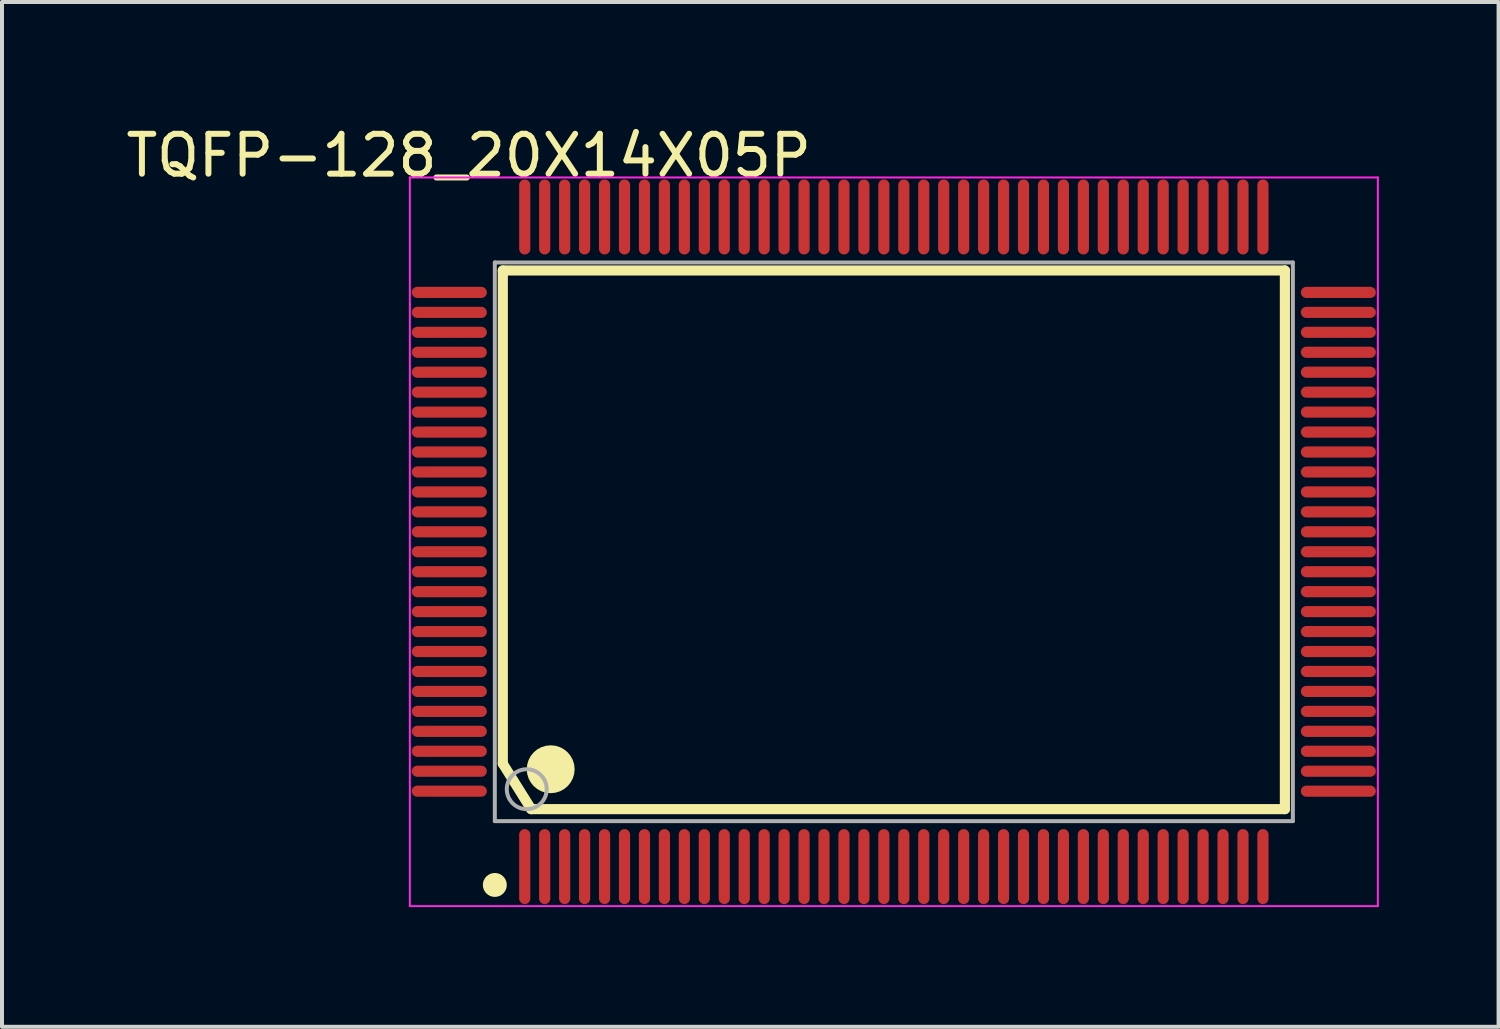
<source format=kicad_pcb>
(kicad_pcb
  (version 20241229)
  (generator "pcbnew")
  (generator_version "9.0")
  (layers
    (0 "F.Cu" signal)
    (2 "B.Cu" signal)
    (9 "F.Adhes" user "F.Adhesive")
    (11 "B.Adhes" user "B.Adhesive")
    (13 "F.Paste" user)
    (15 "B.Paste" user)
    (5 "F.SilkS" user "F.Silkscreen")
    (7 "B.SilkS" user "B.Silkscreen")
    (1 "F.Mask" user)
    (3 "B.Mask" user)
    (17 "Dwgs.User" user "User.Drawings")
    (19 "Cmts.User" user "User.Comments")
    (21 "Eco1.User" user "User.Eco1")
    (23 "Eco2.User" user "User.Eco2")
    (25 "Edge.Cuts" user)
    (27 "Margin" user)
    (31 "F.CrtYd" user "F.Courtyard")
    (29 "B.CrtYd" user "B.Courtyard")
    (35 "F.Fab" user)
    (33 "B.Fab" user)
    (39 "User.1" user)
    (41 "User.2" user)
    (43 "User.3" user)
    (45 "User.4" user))
  (footprint "TQFP-128_20X14X05P"
    (layer "F.Cu")
    (at 19.351 10.528)
    (property "Reference" "TQFP-128_20X14X05P" (at -10.654 -9.68 0) (layer "F.SilkS") (effects (font (size 1 1) (thickness 0.15))))
    (attr through_hole)
    (fp_line (start -9.8 -6.8) (end 9.8 -6.8) (stroke (width 0.254) (type solid)) (layer "F.SilkS"))
    (fp_line (start -9.8 5.56) (end -9.8 -6.8) (stroke (width 0.254) (type solid)) (layer "F.SilkS"))
    (fp_line (start -9.8 5.56) (end -9.088 6.7) (stroke (width 0.254) (type solid)) (layer "F.SilkS"))
    (fp_line (start -9.088 6.7) (end 9.8 6.7) (stroke (width 0.254) (type solid)) (layer "F.SilkS"))
    (fp_line (start 9.8 6.7) (end 9.8 -6.8) (stroke (width 0.254) (type solid)) (layer "F.SilkS"))
    (fp_circle (center -10 8.6) (end -9.85 8.6) (stroke (width 0.3) (type solid)) (fill no) (layer "F.SilkS"))
    (fp_circle (center -8.6 5.7) (end -8.3 5.7) (stroke (width 0.6) (type solid)) (fill no) (layer "F.SilkS"))
    (fp_line (start -12.13 -9.13) (end 12.13 -9.13) (stroke (width 0.05) (type solid)) (layer "F.CrtYd"))
    (fp_line (start -12.13 9.13) (end -12.13 -9.13) (stroke (width 0.05) (type solid)) (layer "F.CrtYd"))
    (fp_line (start 12.13 -9.13) (end 12.13 9.13) (stroke (width 0.05) (type solid)) (layer "F.CrtYd"))
    (fp_line (start 12.13 9.13) (end -12.13 9.13) (stroke (width 0.05) (type solid)) (layer "F.CrtYd"))
    (fp_line (start -10 -7) (end 10 -7) (stroke (width 0.1) (type solid)) (layer "F.Fab"))
    (fp_line (start -10 7) (end -10 -7) (stroke (width 0.1) (type solid)) (layer "F.Fab"))
    (fp_line (start -10 7) (end 10 7) (stroke (width 0.1) (type solid)) (layer "F.Fab"))
    (fp_line (start 10 7) (end 10 -7) (stroke (width 0.1) (type solid)) (layer "F.Fab"))
    (fp_circle (center -9.2 6.2) (end -8.7 6.2) (stroke (width 0.1) (type solid)) (fill no) (layer "F.Fab"))
    (pad "1" smd oval (at -9.25 8.14 180) (size 0.28 1.88) (layers "F.Cu" "F.Mask" "F.Paste"))
    (pad "2" smd oval (at -8.75 8.14 180) (size 0.28 1.88) (layers "F.Cu" "F.Mask" "F.Paste"))
    (pad "3" smd oval (at -8.25 8.14 180) (size 0.28 1.88) (layers "F.Cu" "F.Mask" "F.Paste"))
    (pad "4" smd oval (at -7.75 8.14 180) (size 0.28 1.88) (layers "F.Cu" "F.Mask" "F.Paste"))
    (pad "5" smd oval (at -7.25 8.14 180) (size 0.28 1.88) (layers "F.Cu" "F.Mask" "F.Paste"))
    (pad "6" smd oval (at -6.75 8.14 180) (size 0.28 1.88) (layers "F.Cu" "F.Mask" "F.Paste"))
    (pad "7" smd oval (at -6.25 8.14 180) (size 0.28 1.88) (layers "F.Cu" "F.Mask" "F.Paste"))
    (pad "8" smd oval (at -5.75 8.14 180) (size 0.28 1.88) (layers "F.Cu" "F.Mask" "F.Paste"))
    (pad "9" smd oval (at -5.25 8.14 180) (size 0.28 1.88) (layers "F.Cu" "F.Mask" "F.Paste"))
    (pad "10" smd oval (at -4.75 8.14 180) (size 0.28 1.88) (layers "F.Cu" "F.Mask" "F.Paste"))
    (pad "11" smd oval (at -4.25 8.14 180) (size 0.28 1.88) (layers "F.Cu" "F.Mask" "F.Paste"))
    (pad "12" smd oval (at -3.75 8.14 180) (size 0.28 1.88) (layers "F.Cu" "F.Mask" "F.Paste"))
    (pad "13" smd oval (at -3.25 8.14 180) (size 0.28 1.88) (layers "F.Cu" "F.Mask" "F.Paste"))
    (pad "14" smd oval (at -2.75 8.14 180) (size 0.28 1.88) (layers "F.Cu" "F.Mask" "F.Paste"))
    (pad "15" smd oval (at -2.25 8.14 180) (size 0.28 1.88) (layers "F.Cu" "F.Mask" "F.Paste"))
    (pad "16" smd oval (at -1.75 8.14 180) (size 0.28 1.88) (layers "F.Cu" "F.Mask" "F.Paste"))
    (pad "17" smd oval (at -1.25 8.14 180) (size 0.28 1.88) (layers "F.Cu" "F.Mask" "F.Paste"))
    (pad "18" smd oval (at -0.75 8.14 180) (size 0.28 1.88) (layers "F.Cu" "F.Mask" "F.Paste"))
    (pad "19" smd oval (at -0.25 8.14 180) (size 0.28 1.88) (layers "F.Cu" "F.Mask" "F.Paste"))
    (pad "20" smd oval (at 0.25 8.14 180) (size 0.28 1.88) (layers "F.Cu" "F.Mask" "F.Paste"))
    (pad "21" smd oval (at 0.75 8.14 180) (size 0.28 1.88) (layers "F.Cu" "F.Mask" "F.Paste"))
    (pad "22" smd oval (at 1.25 8.14 180) (size 0.28 1.88) (layers "F.Cu" "F.Mask" "F.Paste"))
    (pad "23" smd oval (at 1.75 8.14 180) (size 0.28 1.88) (layers "F.Cu" "F.Mask" "F.Paste"))
    (pad "24" smd oval (at 2.25 8.14 180) (size 0.28 1.88) (layers "F.Cu" "F.Mask" "F.Paste"))
    (pad "25" smd oval (at 2.75 8.14 180) (size 0.28 1.88) (layers "F.Cu" "F.Mask" "F.Paste"))
    (pad "26" smd oval (at 3.25 8.14 180) (size 0.28 1.88) (layers "F.Cu" "F.Mask" "F.Paste"))
    (pad "27" smd oval (at 3.75 8.14 180) (size 0.28 1.88) (layers "F.Cu" "F.Mask" "F.Paste"))
    (pad "28" smd oval (at 4.25 8.14 180) (size 0.28 1.88) (layers "F.Cu" "F.Mask" "F.Paste"))
    (pad "29" smd oval (at 4.75 8.14 180) (size 0.28 1.88) (layers "F.Cu" "F.Mask" "F.Paste"))
    (pad "30" smd oval (at 5.25 8.14 180) (size 0.28 1.88) (layers "F.Cu" "F.Mask" "F.Paste"))
    (pad "31" smd oval (at 5.75 8.14 180) (size 0.28 1.88) (layers "F.Cu" "F.Mask" "F.Paste"))
    (pad "32" smd oval (at 6.25 8.14 180) (size 0.28 1.88) (layers "F.Cu" "F.Mask" "F.Paste"))
    (pad "33" smd oval (at 6.75 8.14 180) (size 0.28 1.88) (layers "F.Cu" "F.Mask" "F.Paste"))
    (pad "34" smd oval (at 7.25 8.14 180) (size 0.28 1.88) (layers "F.Cu" "F.Mask" "F.Paste"))
    (pad "35" smd oval (at 7.75 8.14 180) (size 0.28 1.88) (layers "F.Cu" "F.Mask" "F.Paste"))
    (pad "36" smd oval (at 8.25 8.14 180) (size 0.28 1.88) (layers "F.Cu" "F.Mask" "F.Paste"))
    (pad "37" smd oval (at 8.75 8.14 180) (size 0.28 1.88) (layers "F.Cu" "F.Mask" "F.Paste"))
    (pad "38" smd oval (at 9.25 8.14 180) (size 0.28 1.88) (layers "F.Cu" "F.Mask" "F.Paste"))
    (pad "39" smd oval (at 11.14 6.25 270) (size 0.28 1.88) (layers "F.Cu" "F.Mask" "F.Paste"))
    (pad "40" smd oval (at 11.14 5.75 270) (size 0.28 1.88) (layers "F.Cu" "F.Mask" "F.Paste"))
    (pad "41" smd oval (at 11.14 5.25 270) (size 0.28 1.88) (layers "F.Cu" "F.Mask" "F.Paste"))
    (pad "42" smd oval (at 11.14 4.75 270) (size 0.28 1.88) (layers "F.Cu" "F.Mask" "F.Paste"))
    (pad "43" smd oval (at 11.14 4.25 270) (size 0.28 1.88) (layers "F.Cu" "F.Mask" "F.Paste"))
    (pad "44" smd oval (at 11.14 3.75 270) (size 0.28 1.88) (layers "F.Cu" "F.Mask" "F.Paste"))
    (pad "45" smd oval (at 11.14 3.25 270) (size 0.28 1.88) (layers "F.Cu" "F.Mask" "F.Paste"))
    (pad "46" smd oval (at 11.14 2.75 270) (size 0.28 1.88) (layers "F.Cu" "F.Mask" "F.Paste"))
    (pad "47" smd oval (at 11.14 2.25 270) (size 0.28 1.88) (layers "F.Cu" "F.Mask" "F.Paste"))
    (pad "48" smd oval (at 11.14 1.75 270) (size 0.28 1.88) (layers "F.Cu" "F.Mask" "F.Paste"))
    (pad "49" smd oval (at 11.14 1.25 270) (size 0.28 1.88) (layers "F.Cu" "F.Mask" "F.Paste"))
    (pad "50" smd oval (at 11.14 0.75 270) (size 0.28 1.88) (layers "F.Cu" "F.Mask" "F.Paste"))
    (pad "51" smd oval (at 11.14 0.25 270) (size 0.28 1.88) (layers "F.Cu" "F.Mask" "F.Paste"))
    (pad "52" smd oval (at 11.14 -0.25 270) (size 0.28 1.88) (layers "F.Cu" "F.Mask" "F.Paste"))
    (pad "53" smd oval (at 11.14 -0.75 270) (size 0.28 1.88) (layers "F.Cu" "F.Mask" "F.Paste"))
    (pad "54" smd oval (at 11.14 -1.25 270) (size 0.28 1.88) (layers "F.Cu" "F.Mask" "F.Paste"))
    (pad "55" smd oval (at 11.14 -1.75 270) (size 0.28 1.88) (layers "F.Cu" "F.Mask" "F.Paste"))
    (pad "56" smd oval (at 11.14 -2.25 270) (size 0.28 1.88) (layers "F.Cu" "F.Mask" "F.Paste"))
    (pad "57" smd oval (at 11.14 -2.75 270) (size 0.28 1.88) (layers "F.Cu" "F.Mask" "F.Paste"))
    (pad "58" smd oval (at 11.14 -3.25 270) (size 0.28 1.88) (layers "F.Cu" "F.Mask" "F.Paste"))
    (pad "59" smd oval (at 11.14 -3.75 270) (size 0.28 1.88) (layers "F.Cu" "F.Mask" "F.Paste"))
    (pad "60" smd oval (at 11.14 -4.25 270) (size 0.28 1.88) (layers "F.Cu" "F.Mask" "F.Paste"))
    (pad "61" smd oval (at 11.14 -4.75 270) (size 0.28 1.88) (layers "F.Cu" "F.Mask" "F.Paste"))
    (pad "62" smd oval (at 11.14 -5.25 270) (size 0.28 1.88) (layers "F.Cu" "F.Mask" "F.Paste"))
    (pad "63" smd oval (at 11.14 -5.75 270) (size 0.28 1.88) (layers "F.Cu" "F.Mask" "F.Paste"))
    (pad "64" smd oval (at 11.14 -6.25 270) (size 0.28 1.88) (layers "F.Cu" "F.Mask" "F.Paste"))
    (pad "65" smd oval (at 9.25 -8.14) (size 0.28 1.88) (layers "F.Cu" "F.Mask" "F.Paste"))
    (pad "66" smd oval (at 8.75 -8.14) (size 0.28 1.88) (layers "F.Cu" "F.Mask" "F.Paste"))
    (pad "67" smd oval (at 8.25 -8.14) (size 0.28 1.88) (layers "F.Cu" "F.Mask" "F.Paste"))
    (pad "68" smd oval (at 7.75 -8.14) (size 0.28 1.88) (layers "F.Cu" "F.Mask" "F.Paste"))
    (pad "69" smd oval (at 7.25 -8.14) (size 0.28 1.88) (layers "F.Cu" "F.Mask" "F.Paste"))
    (pad "70" smd oval (at 6.75 -8.14) (size 0.28 1.88) (layers "F.Cu" "F.Mask" "F.Paste"))
    (pad "71" smd oval (at 6.25 -8.14) (size 0.28 1.88) (layers "F.Cu" "F.Mask" "F.Paste"))
    (pad "72" smd oval (at 5.75 -8.14) (size 0.28 1.88) (layers "F.Cu" "F.Mask" "F.Paste"))
    (pad "73" smd oval (at 5.25 -8.14) (size 0.28 1.88) (layers "F.Cu" "F.Mask" "F.Paste"))
    (pad "74" smd oval (at 4.75 -8.14) (size 0.28 1.88) (layers "F.Cu" "F.Mask" "F.Paste"))
    (pad "75" smd oval (at 4.25 -8.14) (size 0.28 1.88) (layers "F.Cu" "F.Mask" "F.Paste"))
    (pad "76" smd oval (at 3.75 -8.14) (size 0.28 1.88) (layers "F.Cu" "F.Mask" "F.Paste"))
    (pad "77" smd oval (at 3.25 -8.14) (size 0.28 1.88) (layers "F.Cu" "F.Mask" "F.Paste"))
    (pad "78" smd oval (at 2.75 -8.14) (size 0.28 1.88) (layers "F.Cu" "F.Mask" "F.Paste"))
    (pad "79" smd oval (at 2.25 -8.14) (size 0.28 1.88) (layers "F.Cu" "F.Mask" "F.Paste"))
    (pad "80" smd oval (at 1.75 -8.14) (size 0.28 1.88) (layers "F.Cu" "F.Mask" "F.Paste"))
    (pad "81" smd oval (at 1.25 -8.14) (size 0.28 1.88) (layers "F.Cu" "F.Mask" "F.Paste"))
    (pad "82" smd oval (at 0.75 -8.14) (size 0.28 1.88) (layers "F.Cu" "F.Mask" "F.Paste"))
    (pad "83" smd oval (at 0.25 -8.14) (size 0.28 1.88) (layers "F.Cu" "F.Mask" "F.Paste"))
    (pad "84" smd oval (at -0.25 -8.14) (size 0.28 1.88) (layers "F.Cu" "F.Mask" "F.Paste"))
    (pad "85" smd oval (at -0.75 -8.14) (size 0.28 1.88) (layers "F.Cu" "F.Mask" "F.Paste"))
    (pad "86" smd oval (at -1.25 -8.14) (size 0.28 1.88) (layers "F.Cu" "F.Mask" "F.Paste"))
    (pad "87" smd oval (at -1.75 -8.14) (size 0.28 1.88) (layers "F.Cu" "F.Mask" "F.Paste"))
    (pad "88" smd oval (at -2.25 -8.14) (size 0.28 1.88) (layers "F.Cu" "F.Mask" "F.Paste"))
    (pad "89" smd oval (at -2.75 -8.14) (size 0.28 1.88) (layers "F.Cu" "F.Mask" "F.Paste"))
    (pad "90" smd oval (at -3.25 -8.14) (size 0.28 1.88) (layers "F.Cu" "F.Mask" "F.Paste"))
    (pad "91" smd oval (at -3.75 -8.14) (size 0.28 1.88) (layers "F.Cu" "F.Mask" "F.Paste"))
    (pad "92" smd oval (at -4.25 -8.14) (size 0.28 1.88) (layers "F.Cu" "F.Mask" "F.Paste"))
    (pad "93" smd oval (at -4.75 -8.14) (size 0.28 1.88) (layers "F.Cu" "F.Mask" "F.Paste"))
    (pad "94" smd oval (at -5.25 -8.14) (size 0.28 1.88) (layers "F.Cu" "F.Mask" "F.Paste"))
    (pad "95" smd oval (at -5.75 -8.14) (size 0.28 1.88) (layers "F.Cu" "F.Mask" "F.Paste"))
    (pad "96" smd oval (at -6.25 -8.14) (size 0.28 1.88) (layers "F.Cu" "F.Mask" "F.Paste"))
    (pad "97" smd oval (at -6.75 -8.14) (size 0.28 1.88) (layers "F.Cu" "F.Mask" "F.Paste"))
    (pad "98" smd oval (at -7.25 -8.14) (size 0.28 1.88) (layers "F.Cu" "F.Mask" "F.Paste"))
    (pad "99" smd oval (at -7.75 -8.14) (size 0.28 1.88) (layers "F.Cu" "F.Mask" "F.Paste"))
    (pad "100" smd oval (at -8.25 -8.14) (size 0.28 1.88) (layers "F.Cu" "F.Mask" "F.Paste"))
    (pad "101" smd oval (at -8.75 -8.14) (size 0.28 1.88) (layers "F.Cu" "F.Mask" "F.Paste"))
    (pad "102" smd oval (at -9.25 -8.14) (size 0.28 1.88) (layers "F.Cu" "F.Mask" "F.Paste"))
    (pad "103" smd oval (at -11.14 -6.25 90) (size 0.28 1.88) (layers "F.Cu" "F.Mask" "F.Paste"))
    (pad "104" smd oval (at -11.14 -5.75 90) (size 0.28 1.88) (layers "F.Cu" "F.Mask" "F.Paste"))
    (pad "105" smd oval (at -11.14 -5.25 90) (size 0.28 1.88) (layers "F.Cu" "F.Mask" "F.Paste"))
    (pad "106" smd oval (at -11.14 -4.75 90) (size 0.28 1.88) (layers "F.Cu" "F.Mask" "F.Paste"))
    (pad "107" smd oval (at -11.14 -4.25 90) (size 0.28 1.88) (layers "F.Cu" "F.Mask" "F.Paste"))
    (pad "108" smd oval (at -11.14 -3.75 90) (size 0.28 1.88) (layers "F.Cu" "F.Mask" "F.Paste"))
    (pad "109" smd oval (at -11.14 -3.25 90) (size 0.28 1.88) (layers "F.Cu" "F.Mask" "F.Paste"))
    (pad "110" smd oval (at -11.14 -2.75 90) (size 0.28 1.88) (layers "F.Cu" "F.Mask" "F.Paste"))
    (pad "111" smd oval (at -11.14 -2.25 90) (size 0.28 1.88) (layers "F.Cu" "F.Mask" "F.Paste"))
    (pad "112" smd oval (at -11.14 -1.75 90) (size 0.28 1.88) (layers "F.Cu" "F.Mask" "F.Paste"))
    (pad "113" smd oval (at -11.14 -1.25 90) (size 0.28 1.88) (layers "F.Cu" "F.Mask" "F.Paste"))
    (pad "114" smd oval (at -11.14 -0.75 90) (size 0.28 1.88) (layers "F.Cu" "F.Mask" "F.Paste"))
    (pad "115" smd oval (at -11.14 -0.25 90) (size 0.28 1.88) (layers "F.Cu" "F.Mask" "F.Paste"))
    (pad "116" smd oval (at -11.14 0.25 90) (size 0.28 1.88) (layers "F.Cu" "F.Mask" "F.Paste"))
    (pad "117" smd oval (at -11.14 0.75 90) (size 0.28 1.88) (layers "F.Cu" "F.Mask" "F.Paste"))
    (pad "118" smd oval (at -11.14 1.25 90) (size 0.28 1.88) (layers "F.Cu" "F.Mask" "F.Paste"))
    (pad "119" smd oval (at -11.14 1.75 90) (size 0.28 1.88) (layers "F.Cu" "F.Mask" "F.Paste"))
    (pad "120" smd oval (at -11.14 2.25 90) (size 0.28 1.88) (layers "F.Cu" "F.Mask" "F.Paste"))
    (pad "121" smd oval (at -11.14 2.75 90) (size 0.28 1.88) (layers "F.Cu" "F.Mask" "F.Paste"))
    (pad "122" smd oval (at -11.14 3.25 90) (size 0.28 1.88) (layers "F.Cu" "F.Mask" "F.Paste"))
    (pad "123" smd oval (at -11.14 3.75 90) (size 0.28 1.88) (layers "F.Cu" "F.Mask" "F.Paste"))
    (pad "124" smd oval (at -11.14 4.25 90) (size 0.28 1.88) (layers "F.Cu" "F.Mask" "F.Paste"))
    (pad "125" smd oval (at -11.14 4.75 90) (size 0.28 1.88) (layers "F.Cu" "F.Mask" "F.Paste"))
    (pad "126" smd oval (at -11.14 5.25 90) (size 0.28 1.88) (layers "F.Cu" "F.Mask" "F.Paste"))
    (pad "127" smd oval (at -11.14 5.75 90) (size 0.28 1.88) (layers "F.Cu" "F.Mask" "F.Paste"))
    (pad "128" smd oval (at -11.14 6.25 90) (size 0.28 1.88) (layers "F.Cu" "F.Mask" "F.Paste")))
  (gr_rect
    (start -3 -3)
    (end 34.506 22.683)
    (stroke (width 0.1) (type default))
    (fill no)
    (layer "Edge.Cuts")))
</source>
